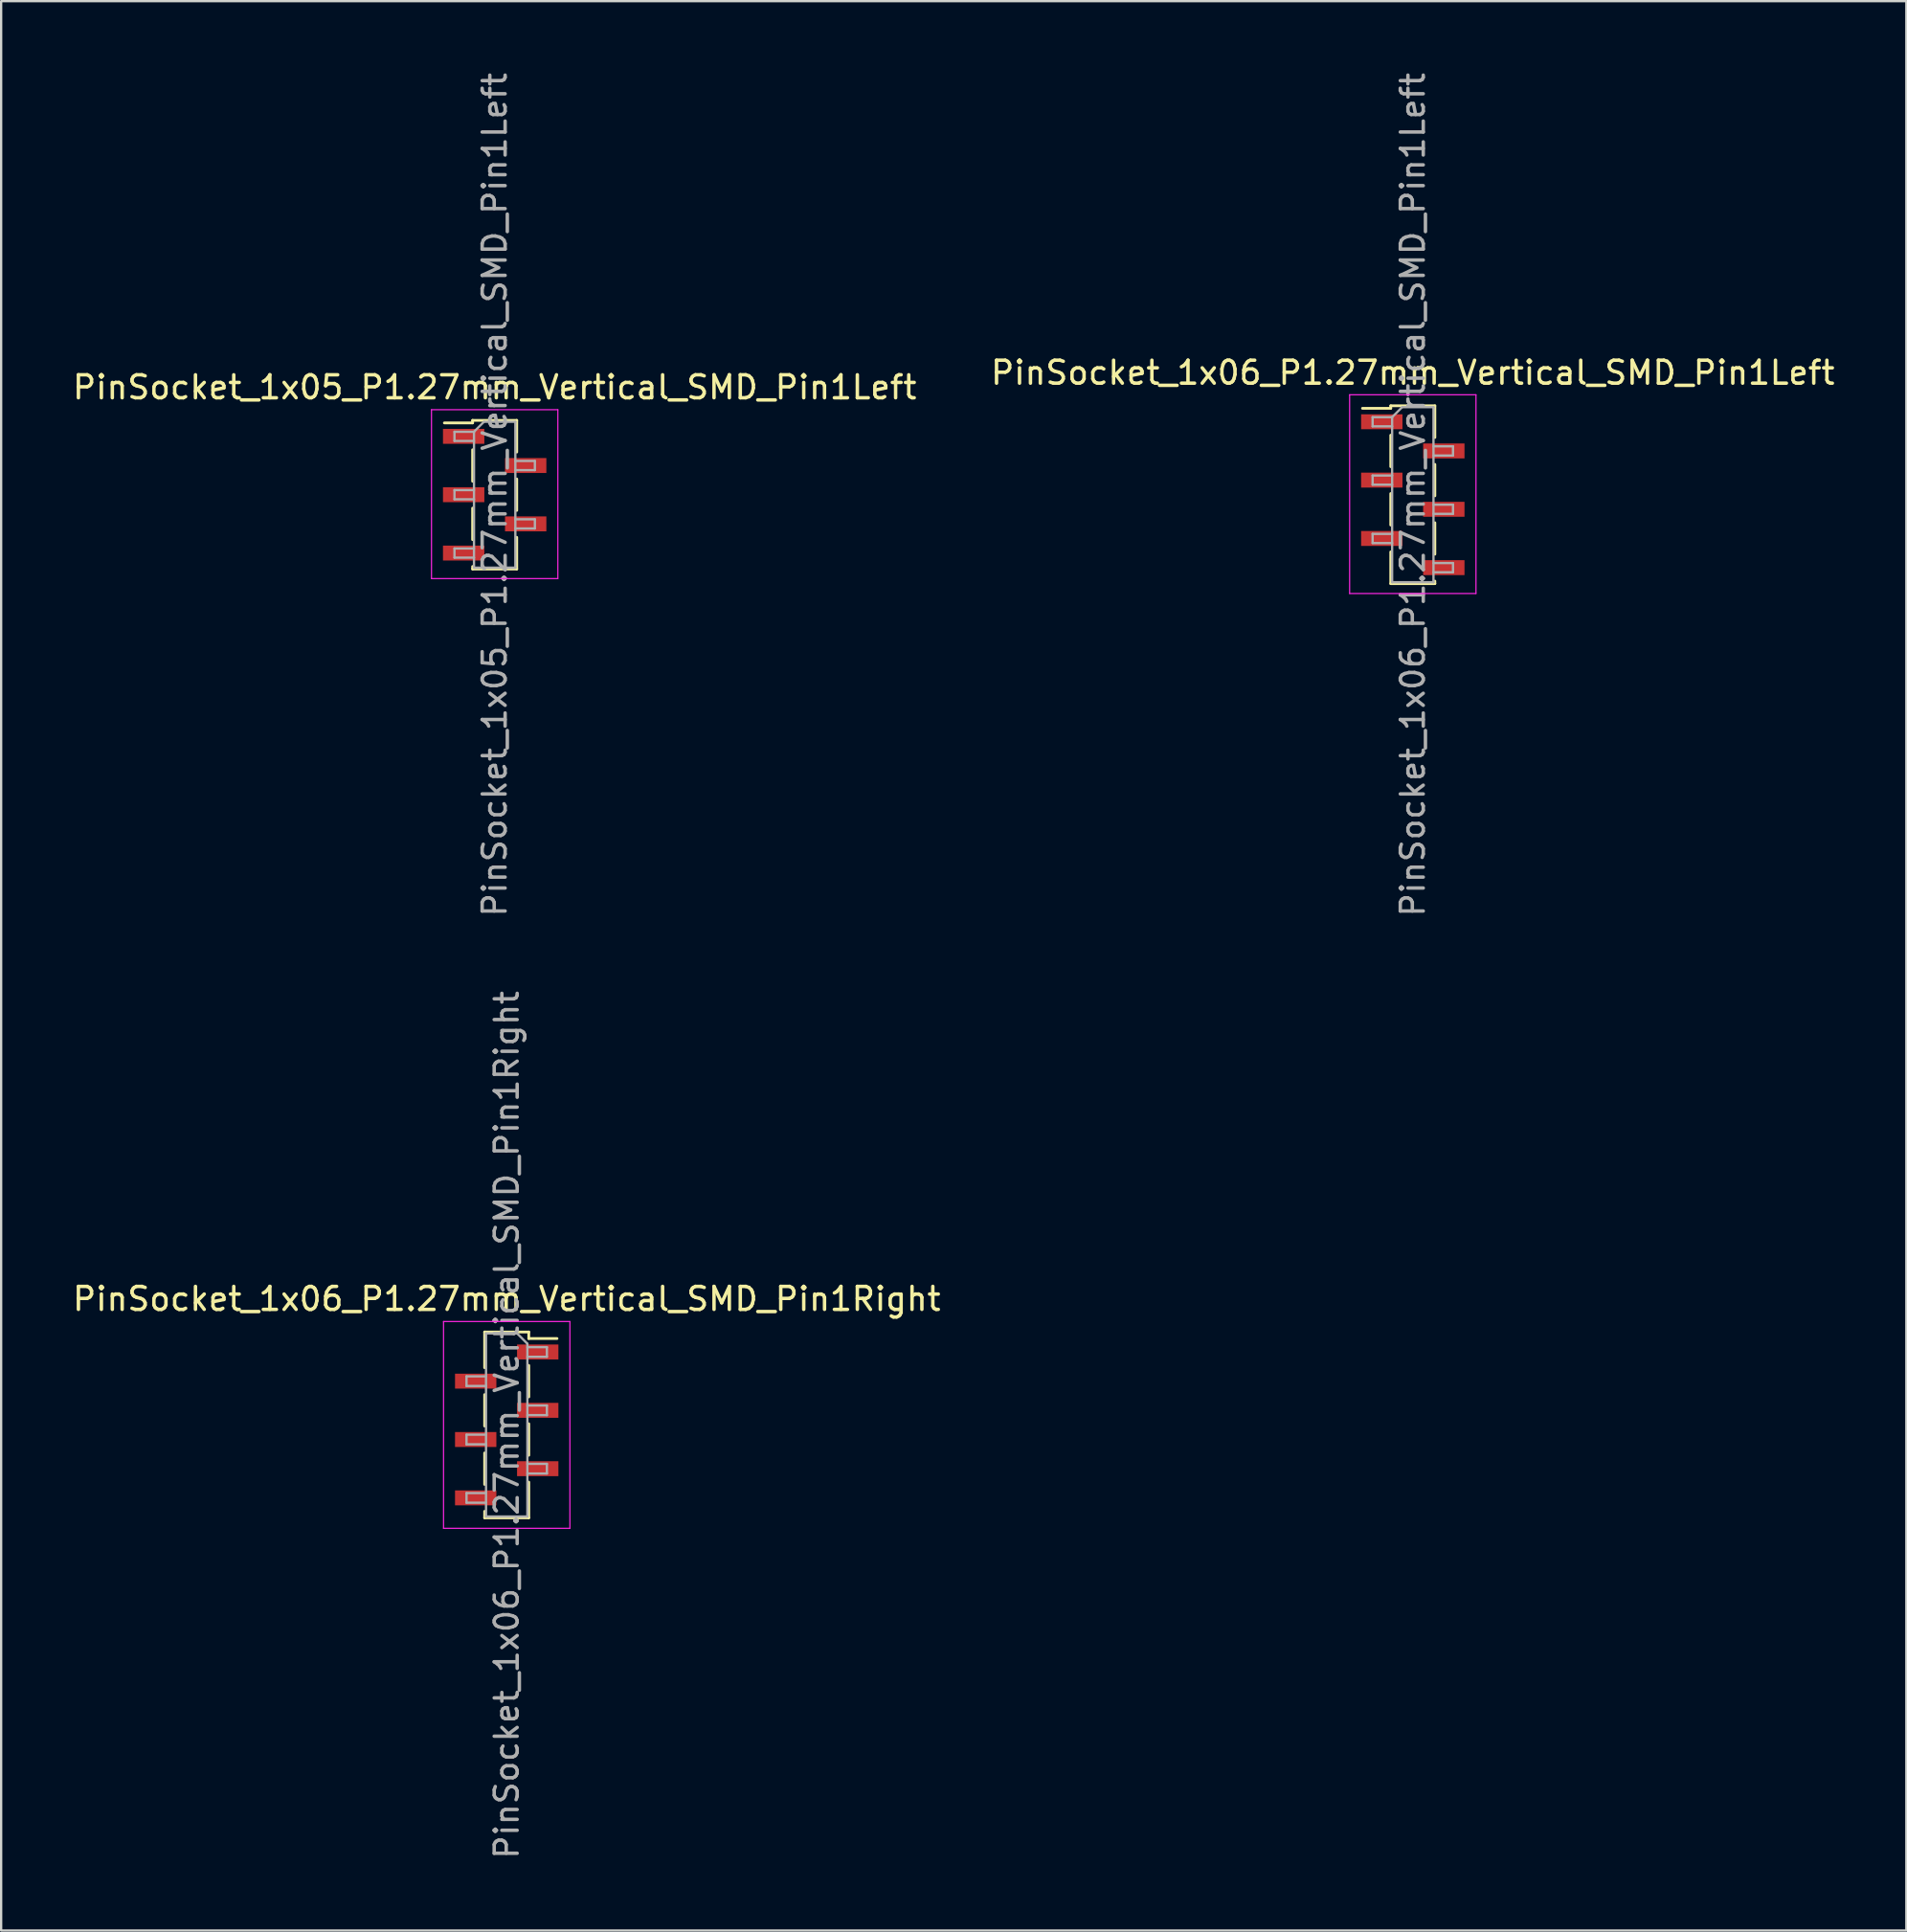
<source format=kicad_pcb>
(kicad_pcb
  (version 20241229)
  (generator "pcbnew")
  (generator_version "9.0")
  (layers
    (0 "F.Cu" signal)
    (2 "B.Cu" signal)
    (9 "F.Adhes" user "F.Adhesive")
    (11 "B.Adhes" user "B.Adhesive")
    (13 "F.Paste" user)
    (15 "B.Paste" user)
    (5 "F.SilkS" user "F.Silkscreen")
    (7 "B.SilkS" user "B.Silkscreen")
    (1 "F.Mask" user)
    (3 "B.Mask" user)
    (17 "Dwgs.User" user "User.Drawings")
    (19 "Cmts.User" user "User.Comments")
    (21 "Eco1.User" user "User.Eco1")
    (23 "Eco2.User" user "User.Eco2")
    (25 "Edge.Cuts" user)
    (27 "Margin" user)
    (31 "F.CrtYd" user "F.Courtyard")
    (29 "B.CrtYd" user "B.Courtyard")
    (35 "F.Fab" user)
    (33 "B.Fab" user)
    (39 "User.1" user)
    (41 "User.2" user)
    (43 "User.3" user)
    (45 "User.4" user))
  (footprint "PinSocket_1x06_P1.27mm_Vertical_SMD_Pin1Left"
    (layer "F.Cu")
    (at 58.446 18.482)
    (property "Reference" "PinSocket_1x06_P1.27mm_Vertical_SMD_Pin1Left" (at 0 -5.31 0) (layer "F.SilkS") (effects (font (size 1 1) (thickness 0.15))))
    (attr smd)
    (fp_line (start -2.19 -3.76) (end -0.96 -3.76) (stroke (width 0.12) (type solid)) (layer "F.SilkS"))
    (fp_line (start -0.96 -3.87) (end -0.96 -3.76) (stroke (width 0.12) (type solid)) (layer "F.SilkS"))
    (fp_line (start -0.96 -3.87) (end 0.96 -3.87) (stroke (width 0.12) (type solid)) (layer "F.SilkS"))
    (fp_line (start -0.96 -2.59) (end -0.96 -1.22) (stroke (width 0.12) (type solid)) (layer "F.SilkS"))
    (fp_line (start -0.96 -0.05) (end -0.96 1.32) (stroke (width 0.12) (type solid)) (layer "F.SilkS"))
    (fp_line (start -0.96 2.49) (end -0.96 3.87) (stroke (width 0.12) (type solid)) (layer "F.SilkS"))
    (fp_line (start -0.96 3.87) (end 0.96 3.87) (stroke (width 0.12) (type solid)) (layer "F.SilkS"))
    (fp_line (start 0.96 -3.87) (end 0.96 -2.49) (stroke (width 0.12) (type solid)) (layer "F.SilkS"))
    (fp_line (start 0.96 -1.32) (end 0.96 0.05) (stroke (width 0.12) (type solid)) (layer "F.SilkS"))
    (fp_line (start 0.96 1.22) (end 0.96 2.59) (stroke (width 0.12) (type solid)) (layer "F.SilkS"))
    (fp_line (start 0.96 3.76) (end 0.96 3.87) (stroke (width 0.12) (type solid)) (layer "F.SilkS"))
    (fp_line (start -2.75 -4.35) (end 2.75 -4.35) (stroke (width 0.05) (type solid)) (layer "F.CrtYd"))
    (fp_line (start -2.75 4.3) (end -2.75 -4.35) (stroke (width 0.05) (type solid)) (layer "F.CrtYd"))
    (fp_line (start 2.75 -4.35) (end 2.75 4.3) (stroke (width 0.05) (type solid)) (layer "F.CrtYd"))
    (fp_line (start 2.75 4.3) (end -2.75 4.3) (stroke (width 0.05) (type solid)) (layer "F.CrtYd"))
    (fp_line (start -1.75 -3.375) (end -0.9 -3.375) (stroke (width 0.1) (type solid)) (layer "F.Fab"))
    (fp_line (start -1.75 -2.975) (end -1.75 -3.375) (stroke (width 0.1) (type solid)) (layer "F.Fab"))
    (fp_line (start -1.75 -0.835) (end -0.9 -0.835) (stroke (width 0.1) (type solid)) (layer "F.Fab"))
    (fp_line (start -1.75 -0.435) (end -1.75 -0.835) (stroke (width 0.1) (type solid)) (layer "F.Fab"))
    (fp_line (start -1.75 1.705) (end -0.9 1.705) (stroke (width 0.1) (type solid)) (layer "F.Fab"))
    (fp_line (start -1.75 2.105) (end -1.75 1.705) (stroke (width 0.1) (type solid)) (layer "F.Fab"))
    (fp_line (start -0.9 -3.375) (end -0.465 -3.81) (stroke (width 0.1) (type solid)) (layer "F.Fab"))
    (fp_line (start -0.9 -2.975) (end -1.75 -2.975) (stroke (width 0.1) (type solid)) (layer "F.Fab"))
    (fp_line (start -0.9 -0.435) (end -1.75 -0.435) (stroke (width 0.1) (type solid)) (layer "F.Fab"))
    (fp_line (start -0.9 2.105) (end -1.75 2.105) (stroke (width 0.1) (type solid)) (layer "F.Fab"))
    (fp_line (start -0.9 3.81) (end -0.9 -3.375) (stroke (width 0.1) (type solid)) (layer "F.Fab"))
    (fp_line (start -0.465 -3.81) (end 0.9 -3.81) (stroke (width 0.1) (type solid)) (layer "F.Fab"))
    (fp_line (start 0.9 -3.81) (end 0.9 3.81) (stroke (width 0.1) (type solid)) (layer "F.Fab"))
    (fp_line (start 0.9 -2.105) (end 1.75 -2.105) (stroke (width 0.1) (type solid)) (layer "F.Fab"))
    (fp_line (start 0.9 0.435) (end 1.75 0.435) (stroke (width 0.1) (type solid)) (layer "F.Fab"))
    (fp_line (start 0.9 2.975) (end 1.75 2.975) (stroke (width 0.1) (type solid)) (layer "F.Fab"))
    (fp_line (start 0.9 3.81) (end -0.9 3.81) (stroke (width 0.1) (type solid)) (layer "F.Fab"))
    (fp_line (start 1.75 -2.105) (end 1.75 -1.705) (stroke (width 0.1) (type solid)) (layer "F.Fab"))
    (fp_line (start 1.75 -1.705) (end 0.9 -1.705) (stroke (width 0.1) (type solid)) (layer "F.Fab"))
    (fp_line (start 1.75 0.435) (end 1.75 0.835) (stroke (width 0.1) (type solid)) (layer "F.Fab"))
    (fp_line (start 1.75 0.835) (end 0.9 0.835) (stroke (width 0.1) (type solid)) (layer "F.Fab"))
    (fp_line (start 1.75 2.975) (end 1.75 3.375) (stroke (width 0.1) (type solid)) (layer "F.Fab"))
    (fp_line (start 1.75 3.375) (end 0.9 3.375) (stroke (width 0.1) (type solid)) (layer "F.Fab"))
    (fp_text user "${REFERENCE}" (at 0 0 90) (layer "F.Fab") (effects (font (size 1 1) (thickness 0.15))))
    (pad "1" smd rect (at -1.35 -3.175) (size 1.8 0.65) (layers "F.Cu" "F.Mask" "F.Paste"))
    (pad "2" smd rect (at 1.35 -1.905) (size 1.8 0.65) (layers "F.Cu" "F.Mask" "F.Paste"))
    (pad "3" smd rect (at -1.35 -0.635) (size 1.8 0.65) (layers "F.Cu" "F.Mask" "F.Paste"))
    (pad "4" smd rect (at 1.35 0.635) (size 1.8 0.65) (layers "F.Cu" "F.Mask" "F.Paste"))
    (pad "5" smd rect (at -1.35 1.905) (size 1.8 0.65) (layers "F.Cu" "F.Mask" "F.Paste"))
    (pad "6" smd rect (at 1.35 3.175) (size 1.8 0.65) (layers "F.Cu" "F.Mask" "F.Paste")))
  (footprint "PinSocket_1x05_P1.27mm_Vertical_SMD_Pin1Left"
    (layer "F.Cu")
    (at 18.482 18.482)
    (property "Reference" "PinSocket_1x05_P1.27mm_Vertical_SMD_Pin1Left" (at 0 -4.675 0) (layer "F.SilkS") (effects (font (size 1 1) (thickness 0.15))))
    (attr smd)
    (fp_line (start -2.19 -3.125) (end -0.96 -3.125) (stroke (width 0.12) (type solid)) (layer "F.SilkS"))
    (fp_line (start -0.96 -3.235) (end -0.96 -3.125) (stroke (width 0.12) (type solid)) (layer "F.SilkS"))
    (fp_line (start -0.96 -3.235) (end 0.96 -3.235) (stroke (width 0.12) (type solid)) (layer "F.SilkS"))
    (fp_line (start -0.96 -1.955) (end -0.96 -0.585) (stroke (width 0.12) (type solid)) (layer "F.SilkS"))
    (fp_line (start -0.96 0.585) (end -0.96 1.955) (stroke (width 0.12) (type solid)) (layer "F.SilkS"))
    (fp_line (start -0.96 3.125) (end -0.96 3.235) (stroke (width 0.12) (type solid)) (layer "F.SilkS"))
    (fp_line (start -0.96 3.235) (end 0.96 3.235) (stroke (width 0.12) (type solid)) (layer "F.SilkS"))
    (fp_line (start 0.96 -3.235) (end 0.96 -1.855) (stroke (width 0.12) (type solid)) (layer "F.SilkS"))
    (fp_line (start 0.96 -0.685) (end 0.96 0.685) (stroke (width 0.12) (type solid)) (layer "F.SilkS"))
    (fp_line (start 0.96 1.855) (end 0.96 3.235) (stroke (width 0.12) (type solid)) (layer "F.SilkS"))
    (fp_line (start -2.75 -3.7) (end 2.75 -3.7) (stroke (width 0.05) (type solid)) (layer "F.CrtYd"))
    (fp_line (start -2.75 3.65) (end -2.75 -3.7) (stroke (width 0.05) (type solid)) (layer "F.CrtYd"))
    (fp_line (start 2.75 -3.7) (end 2.75 3.65) (stroke (width 0.05) (type solid)) (layer "F.CrtYd"))
    (fp_line (start 2.75 3.65) (end -2.75 3.65) (stroke (width 0.05) (type solid)) (layer "F.CrtYd"))
    (fp_line (start -1.75 -2.74) (end -0.9 -2.74) (stroke (width 0.1) (type solid)) (layer "F.Fab"))
    (fp_line (start -1.75 -2.34) (end -1.75 -2.74) (stroke (width 0.1) (type solid)) (layer "F.Fab"))
    (fp_line (start -1.75 -0.2) (end -0.9 -0.2) (stroke (width 0.1) (type solid)) (layer "F.Fab"))
    (fp_line (start -1.75 0.2) (end -1.75 -0.2) (stroke (width 0.1) (type solid)) (layer "F.Fab"))
    (fp_line (start -1.75 2.34) (end -0.9 2.34) (stroke (width 0.1) (type solid)) (layer "F.Fab"))
    (fp_line (start -1.75 2.74) (end -1.75 2.34) (stroke (width 0.1) (type solid)) (layer "F.Fab"))
    (fp_line (start -0.9 -2.74) (end -0.465 -3.175) (stroke (width 0.1) (type solid)) (layer "F.Fab"))
    (fp_line (start -0.9 -2.34) (end -1.75 -2.34) (stroke (width 0.1) (type solid)) (layer "F.Fab"))
    (fp_line (start -0.9 0.2) (end -1.75 0.2) (stroke (width 0.1) (type solid)) (layer "F.Fab"))
    (fp_line (start -0.9 2.74) (end -1.75 2.74) (stroke (width 0.1) (type solid)) (layer "F.Fab"))
    (fp_line (start -0.9 3.175) (end -0.9 -2.74) (stroke (width 0.1) (type solid)) (layer "F.Fab"))
    (fp_line (start -0.465 -3.175) (end 0.9 -3.175) (stroke (width 0.1) (type solid)) (layer "F.Fab"))
    (fp_line (start 0.9 -3.175) (end 0.9 3.175) (stroke (width 0.1) (type solid)) (layer "F.Fab"))
    (fp_line (start 0.9 -1.47) (end 1.75 -1.47) (stroke (width 0.1) (type solid)) (layer "F.Fab"))
    (fp_line (start 0.9 1.07) (end 1.75 1.07) (stroke (width 0.1) (type solid)) (layer "F.Fab"))
    (fp_line (start 0.9 3.175) (end -0.9 3.175) (stroke (width 0.1) (type solid)) (layer "F.Fab"))
    (fp_line (start 1.75 -1.47) (end 1.75 -1.07) (stroke (width 0.1) (type solid)) (layer "F.Fab"))
    (fp_line (start 1.75 -1.07) (end 0.9 -1.07) (stroke (width 0.1) (type solid)) (layer "F.Fab"))
    (fp_line (start 1.75 1.07) (end 1.75 1.47) (stroke (width 0.1) (type solid)) (layer "F.Fab"))
    (fp_line (start 1.75 1.47) (end 0.9 1.47) (stroke (width 0.1) (type solid)) (layer "F.Fab"))
    (fp_text user "${REFERENCE}" (at 0 0 90) (layer "F.Fab") (effects (font (size 1 1) (thickness 0.15))))
    (pad "1" smd rect (at -1.35 -2.54) (size 1.8 0.65) (layers "F.Cu" "F.Mask" "F.Paste"))
    (pad "2" smd rect (at 1.35 -1.27) (size 1.8 0.65) (layers "F.Cu" "F.Mask" "F.Paste"))
    (pad "3" smd rect (at -1.35 0) (size 1.8 0.65) (layers "F.Cu" "F.Mask" "F.Paste"))
    (pad "4" smd rect (at 1.35 1.27) (size 1.8 0.65) (layers "F.Cu" "F.Mask" "F.Paste"))
    (pad "5" smd rect (at -1.35 2.54) (size 1.8 0.65) (layers "F.Cu" "F.Mask" "F.Paste")))
  (footprint "PinSocket_1x06_P1.27mm_Vertical_SMD_Pin1Right"
    (layer "F.Cu")
    (at 19.006 58.97)
    (property "Reference" "PinSocket_1x06_P1.27mm_Vertical_SMD_Pin1Right" (at 0 -5.485 0) (layer "F.SilkS") (effects (font (size 1 1) (thickness 0.15))))
    (attr smd)
    (fp_line (start -0.96 -4.045) (end -0.96 -2.49) (stroke (width 0.12) (type solid)) (layer "F.SilkS"))
    (fp_line (start -0.96 -4.045) (end 0.96 -4.045) (stroke (width 0.12) (type solid)) (layer "F.SilkS"))
    (fp_line (start -0.96 -1.32) (end -0.96 0.05) (stroke (width 0.12) (type solid)) (layer "F.SilkS"))
    (fp_line (start -0.96 1.22) (end -0.96 2.59) (stroke (width 0.12) (type solid)) (layer "F.SilkS"))
    (fp_line (start -0.96 3.76) (end -0.96 4.045) (stroke (width 0.12) (type solid)) (layer "F.SilkS"))
    (fp_line (start -0.96 4.045) (end 0.96 4.045) (stroke (width 0.12) (type solid)) (layer "F.SilkS"))
    (fp_line (start 0.96 -4.045) (end 0.96 -3.76) (stroke (width 0.12) (type solid)) (layer "F.SilkS"))
    (fp_line (start 0.96 -3.76) (end 2.19 -3.76) (stroke (width 0.12) (type solid)) (layer "F.SilkS"))
    (fp_line (start 0.96 -2.59) (end 0.96 -1.22) (stroke (width 0.12) (type solid)) (layer "F.SilkS"))
    (fp_line (start 0.96 -0.05) (end 0.96 1.32) (stroke (width 0.12) (type solid)) (layer "F.SilkS"))
    (fp_line (start 0.96 2.49) (end 0.96 4.045) (stroke (width 0.12) (type solid)) (layer "F.SilkS"))
    (fp_line (start -2.75 -4.5) (end 2.75 -4.5) (stroke (width 0.05) (type solid)) (layer "F.CrtYd"))
    (fp_line (start -2.75 4.5) (end -2.75 -4.5) (stroke (width 0.05) (type solid)) (layer "F.CrtYd"))
    (fp_line (start 2.75 -4.5) (end 2.75 4.5) (stroke (width 0.05) (type solid)) (layer "F.CrtYd"))
    (fp_line (start 2.75 4.5) (end -2.75 4.5) (stroke (width 0.05) (type solid)) (layer "F.CrtYd"))
    (fp_line (start -1.75 -2.115) (end -0.9 -2.115) (stroke (width 0.1) (type solid)) (layer "F.Fab"))
    (fp_line (start -1.75 -1.695) (end -1.75 -2.115) (stroke (width 0.1) (type solid)) (layer "F.Fab"))
    (fp_line (start -1.75 0.425) (end -0.9 0.425) (stroke (width 0.1) (type solid)) (layer "F.Fab"))
    (fp_line (start -1.75 0.845) (end -1.75 0.425) (stroke (width 0.1) (type solid)) (layer "F.Fab"))
    (fp_line (start -1.75 2.965) (end -0.9 2.965) (stroke (width 0.1) (type solid)) (layer "F.Fab"))
    (fp_line (start -1.75 3.385) (end -1.75 2.965) (stroke (width 0.1) (type solid)) (layer "F.Fab"))
    (fp_line (start -0.9 -3.985) (end 0.45 -3.985) (stroke (width 0.1) (type solid)) (layer "F.Fab"))
    (fp_line (start -0.9 -1.695) (end -1.75 -1.695) (stroke (width 0.1) (type solid)) (layer "F.Fab"))
    (fp_line (start -0.9 0.845) (end -1.75 0.845) (stroke (width 0.1) (type solid)) (layer "F.Fab"))
    (fp_line (start -0.9 3.385) (end -1.75 3.385) (stroke (width 0.1) (type solid)) (layer "F.Fab"))
    (fp_line (start -0.9 3.985) (end -0.9 -3.985) (stroke (width 0.1) (type solid)) (layer "F.Fab"))
    (fp_line (start 0.45 -3.985) (end 0.9 -3.535) (stroke (width 0.1) (type solid)) (layer "F.Fab"))
    (fp_line (start 0.9 -3.535) (end 0.9 3.985) (stroke (width 0.1) (type solid)) (layer "F.Fab"))
    (fp_line (start 0.9 -3.385) (end 1.75 -3.385) (stroke (width 0.1) (type solid)) (layer "F.Fab"))
    (fp_line (start 0.9 -0.845) (end 1.75 -0.845) (stroke (width 0.1) (type solid)) (layer "F.Fab"))
    (fp_line (start 0.9 1.695) (end 1.75 1.695) (stroke (width 0.1) (type solid)) (layer "F.Fab"))
    (fp_line (start 0.9 3.985) (end -0.9 3.985) (stroke (width 0.1) (type solid)) (layer "F.Fab"))
    (fp_line (start 1.75 -3.385) (end 1.75 -2.965) (stroke (width 0.1) (type solid)) (layer "F.Fab"))
    (fp_line (start 1.75 -2.965) (end 0.9 -2.965) (stroke (width 0.1) (type solid)) (layer "F.Fab"))
    (fp_line (start 1.75 -0.845) (end 1.75 -0.425) (stroke (width 0.1) (type solid)) (layer "F.Fab"))
    (fp_line (start 1.75 -0.425) (end 0.9 -0.425) (stroke (width 0.1) (type solid)) (layer "F.Fab"))
    (fp_line (start 1.75 1.695) (end 1.75 2.115) (stroke (width 0.1) (type solid)) (layer "F.Fab"))
    (fp_line (start 1.75 2.115) (end 0.9 2.115) (stroke (width 0.1) (type solid)) (layer "F.Fab"))
    (fp_text user "${REFERENCE}" (at 0 0 90) (layer "F.Fab") (effects (font (size 1 1) (thickness 0.15))))
    (pad "1" smd rect (at 1.35 -3.175) (size 1.8 0.65) (layers "F.Cu" "F.Mask" "F.Paste"))
    (pad "2" smd rect (at -1.35 -1.905) (size 1.8 0.65) (layers "F.Cu" "F.Mask" "F.Paste"))
    (pad "3" smd rect (at 1.35 -0.635) (size 1.8 0.65) (layers "F.Cu" "F.Mask" "F.Paste"))
    (pad "4" smd rect (at -1.35 0.635) (size 1.8 0.65) (layers "F.Cu" "F.Mask" "F.Paste"))
    (pad "5" smd rect (at 1.35 1.905) (size 1.8 0.65) (layers "F.Cu" "F.Mask" "F.Paste"))
    (pad "6" smd rect (at -1.35 3.175) (size 1.8 0.65) (layers "F.Cu" "F.Mask" "F.Paste")))
  (gr_rect
    (start -3 -3)
    (end 79.929 80.976)
    (stroke (width 0.1) (type default))
    (fill no)
    (layer "Edge.Cuts")))
</source>
